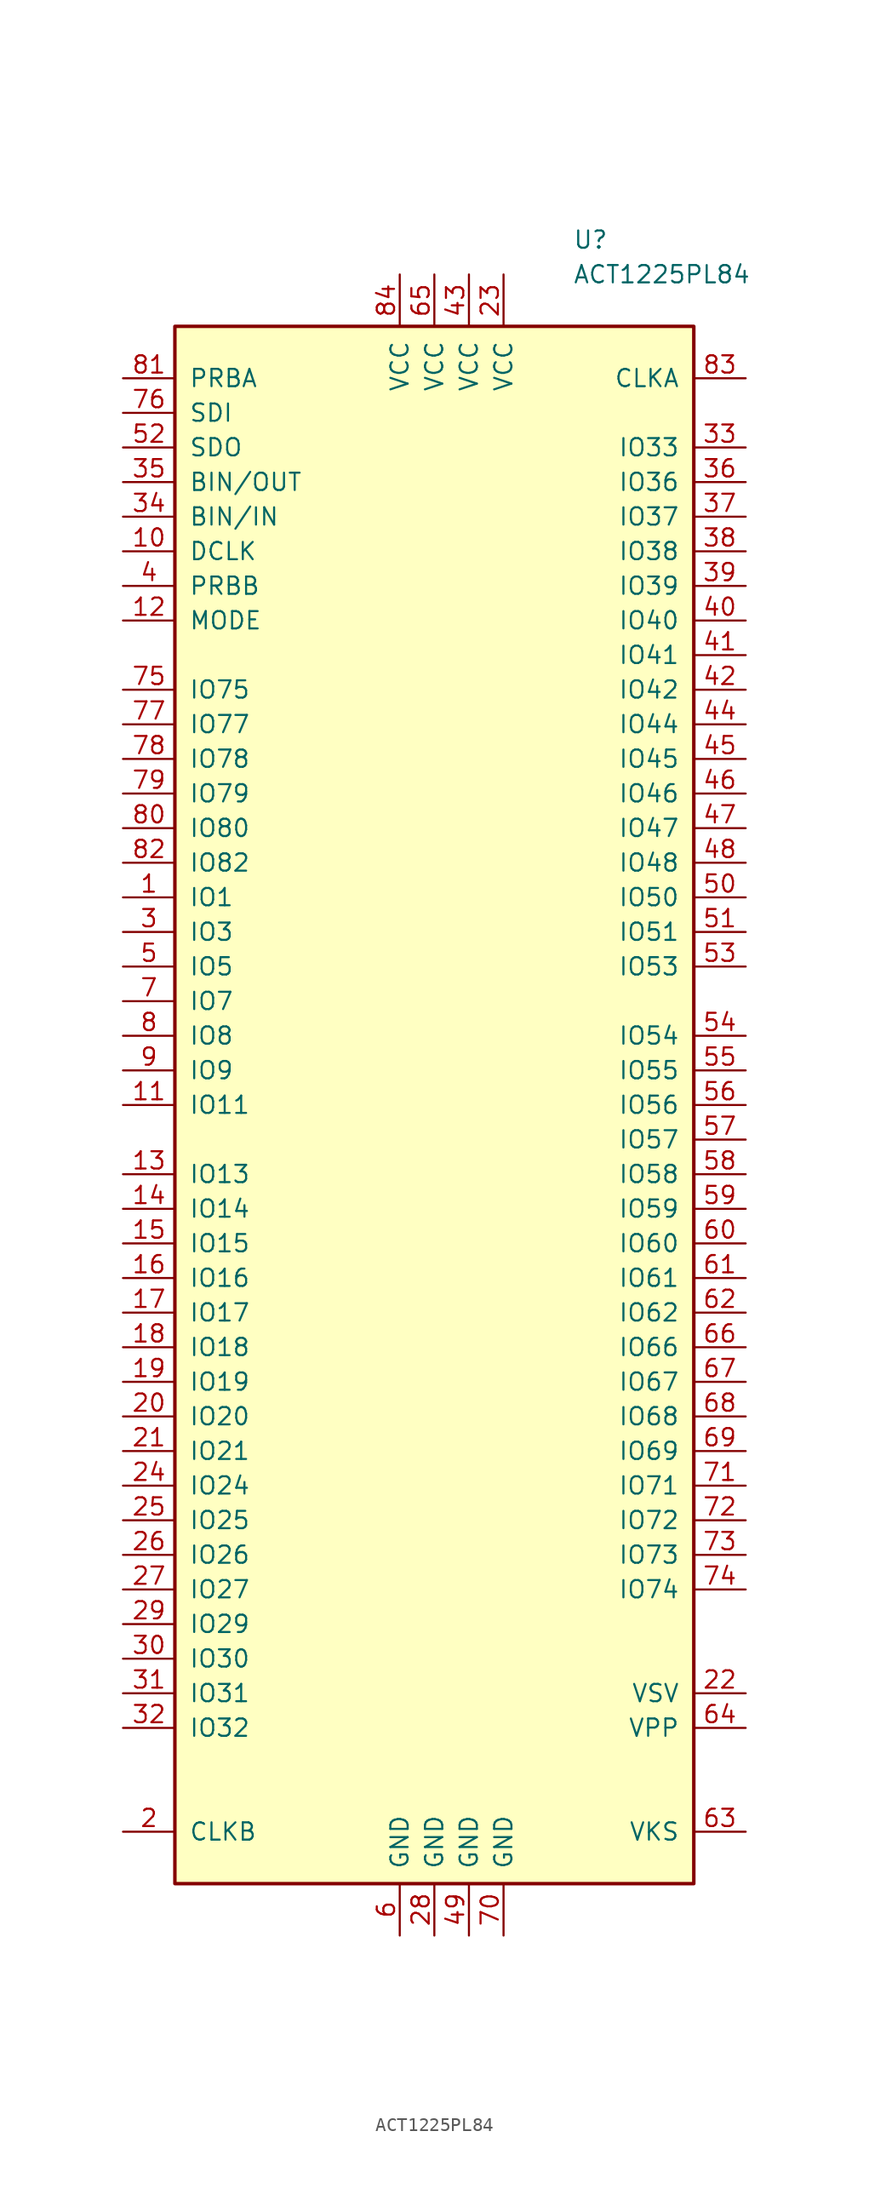
<source format=kicad_sym>
(kicad_symbol_lib
  (version 20211014)
  (generator kicad_symbol_editor)
  (symbol "ACT1225PL84"
    (pin_names
      (offset 1.016))
    (property "Reference" "U"
      (at 10.16 63.5 0)
      (effects (font (size 1.27 1.27)) (justify left)))
    (property "Value" "ACT1225PL84"
      (at 10.16 60.96 0)
      (effects (font (size 1.27 1.27)) (justify left)))
    (symbol "ACT1225PL84_0_1"
      (rectangle (start -19.05 -57.15) (end 19.05 57.15) (stroke (width 0.254) (type default) (color 0 0 0 0)) (fill (type background))))
    (symbol "ACT1225PL84_1_1"
      (pin input line (at -22.86 15.24 0) (length 3.81) (name "IO1" (effects (font (size 1.27 1.27)))) (number "1" (effects (font (size 1.27 1.27)))))
      (pin input line (at -22.86 40.64 0) (length 3.81) (name "DCLK" (effects (font (size 1.27 1.27)))) (number "10" (effects (font (size 1.27 1.27)))))
      (pin input line (at -22.86 0 0) (length 3.81) (name "IO11" (effects (font (size 1.27 1.27)))) (number "11" (effects (font (size 1.27 1.27)))))
      (pin input line (at -22.86 35.56 0) (length 3.81) (name "MODE" (effects (font (size 1.27 1.27)))) (number "12" (effects (font (size 1.27 1.27)))))
      (pin input line (at -22.86 -5.08 0) (length 3.81) (name "IO13" (effects (font (size 1.27 1.27)))) (number "13" (effects (font (size 1.27 1.27)))))
      (pin input line (at -22.86 -7.62 0) (length 3.81) (name "IO14" (effects (font (size 1.27 1.27)))) (number "14" (effects (font (size 1.27 1.27)))))
      (pin input line (at -22.86 -10.16 0) (length 3.81) (name "IO15" (effects (font (size 1.27 1.27)))) (number "15" (effects (font (size 1.27 1.27)))))
      (pin input line (at -22.86 -12.7 0) (length 3.81) (name "IO16" (effects (font (size 1.27 1.27)))) (number "16" (effects (font (size 1.27 1.27)))))
      (pin input line (at -22.86 -15.24 0) (length 3.81) (name "IO17" (effects (font (size 1.27 1.27)))) (number "17" (effects (font (size 1.27 1.27)))))
      (pin input line (at -22.86 -17.78 0) (length 3.81) (name "IO18" (effects (font (size 1.27 1.27)))) (number "18" (effects (font (size 1.27 1.27)))))
      (pin input line (at -22.86 -20.32 0) (length 3.81) (name "IO19" (effects (font (size 1.27 1.27)))) (number "19" (effects (font (size 1.27 1.27)))))
      (pin input line (at -22.86 -53.34 0) (length 3.81) (name "CLKB" (effects (font (size 1.27 1.27)))) (number "2" (effects (font (size 1.27 1.27)))))
      (pin input line (at -22.86 -22.86 0) (length 3.81) (name "IO20" (effects (font (size 1.27 1.27)))) (number "20" (effects (font (size 1.27 1.27)))))
      (pin input line (at -22.86 -25.4 0) (length 3.81) (name "IO21" (effects (font (size 1.27 1.27)))) (number "21" (effects (font (size 1.27 1.27)))))
      (pin passive line (at 22.86 -43.18 180) (length 3.81) (name "VSV" (effects (font (size 1.27 1.27)))) (number "22" (effects (font (size 1.27 1.27)))))
      (pin power_in line (at 5.08 60.96 270) (length 3.81) (name "VCC" (effects (font (size 1.27 1.27)))) (number "23" (effects (font (size 1.27 1.27)))))
      (pin input line (at -22.86 -27.94 0) (length 3.81) (name "IO24" (effects (font (size 1.27 1.27)))) (number "24" (effects (font (size 1.27 1.27)))))
      (pin input line (at -22.86 -30.48 0) (length 3.81) (name "IO25" (effects (font (size 1.27 1.27)))) (number "25" (effects (font (size 1.27 1.27)))))
      (pin input line (at -22.86 -33.02 0) (length 3.81) (name "IO26" (effects (font (size 1.27 1.27)))) (number "26" (effects (font (size 1.27 1.27)))))
      (pin input line (at -22.86 -35.56 0) (length 3.81) (name "IO27" (effects (font (size 1.27 1.27)))) (number "27" (effects (font (size 1.27 1.27)))))
      (pin power_in line (at 0 -60.96 90) (length 3.81) (name "GND" (effects (font (size 1.27 1.27)))) (number "28" (effects (font (size 1.27 1.27)))))
      (pin input line (at -22.86 -38.1 0) (length 3.81) (name "IO29" (effects (font (size 1.27 1.27)))) (number "29" (effects (font (size 1.27 1.27)))))
      (pin input line (at -22.86 12.7 0) (length 3.81) (name "IO3" (effects (font (size 1.27 1.27)))) (number "3" (effects (font (size 1.27 1.27)))))
      (pin input line (at -22.86 -40.64 0) (length 3.81) (name "IO30" (effects (font (size 1.27 1.27)))) (number "30" (effects (font (size 1.27 1.27)))))
      (pin input line (at -22.86 -43.18 0) (length 3.81) (name "IO31" (effects (font (size 1.27 1.27)))) (number "31" (effects (font (size 1.27 1.27)))))
      (pin input line (at -22.86 -45.72 0) (length 3.81) (name "IO32" (effects (font (size 1.27 1.27)))) (number "32" (effects (font (size 1.27 1.27)))))
      (pin input line (at 22.86 48.26 180) (length 3.81) (name "IO33" (effects (font (size 1.27 1.27)))) (number "33" (effects (font (size 1.27 1.27)))))
      (pin input line (at -22.86 43.18 0) (length 3.81) (name "BIN/IN" (effects (font (size 1.27 1.27)))) (number "34" (effects (font (size 1.27 1.27)))))
      (pin input line (at -22.86 45.72 0) (length 3.81) (name "BIN/OUT" (effects (font (size 1.27 1.27)))) (number "35" (effects (font (size 1.27 1.27)))))
      (pin input line (at 22.86 45.72 180) (length 3.81) (name "IO36" (effects (font (size 1.27 1.27)))) (number "36" (effects (font (size 1.27 1.27)))))
      (pin input line (at 22.86 43.18 180) (length 3.81) (name "IO37" (effects (font (size 1.27 1.27)))) (number "37" (effects (font (size 1.27 1.27)))))
      (pin input line (at 22.86 40.64 180) (length 3.81) (name "IO38" (effects (font (size 1.27 1.27)))) (number "38" (effects (font (size 1.27 1.27)))))
      (pin input line (at 22.86 38.1 180) (length 3.81) (name "IO39" (effects (font (size 1.27 1.27)))) (number "39" (effects (font (size 1.27 1.27)))))
      (pin input line (at -22.86 38.1 0) (length 3.81) (name "PRBB" (effects (font (size 1.27 1.27)))) (number "4" (effects (font (size 1.27 1.27)))))
      (pin input line (at 22.86 35.56 180) (length 3.81) (name "IO40" (effects (font (size 1.27 1.27)))) (number "40" (effects (font (size 1.27 1.27)))))
      (pin input line (at 22.86 33.02 180) (length 3.81) (name "IO41" (effects (font (size 1.27 1.27)))) (number "41" (effects (font (size 1.27 1.27)))))
      (pin input line (at 22.86 30.48 180) (length 3.81) (name "IO42" (effects (font (size 1.27 1.27)))) (number "42" (effects (font (size 1.27 1.27)))))
      (pin power_in line (at 2.54 60.96 270) (length 3.81) (name "VCC" (effects (font (size 1.27 1.27)))) (number "43" (effects (font (size 1.27 1.27)))))
      (pin input line (at 22.86 27.94 180) (length 3.81) (name "IO44" (effects (font (size 1.27 1.27)))) (number "44" (effects (font (size 1.27 1.27)))))
      (pin input line (at 22.86 25.4 180) (length 3.81) (name "IO45" (effects (font (size 1.27 1.27)))) (number "45" (effects (font (size 1.27 1.27)))))
      (pin input line (at 22.86 22.86 180) (length 3.81) (name "IO46" (effects (font (size 1.27 1.27)))) (number "46" (effects (font (size 1.27 1.27)))))
      (pin input line (at 22.86 20.32 180) (length 3.81) (name "IO47" (effects (font (size 1.27 1.27)))) (number "47" (effects (font (size 1.27 1.27)))))
      (pin input line (at 22.86 17.78 180) (length 3.81) (name "IO48" (effects (font (size 1.27 1.27)))) (number "48" (effects (font (size 1.27 1.27)))))
      (pin power_in line (at 2.54 -60.96 90) (length 3.81) (name "GND" (effects (font (size 1.27 1.27)))) (number "49" (effects (font (size 1.27 1.27)))))
      (pin input line (at -22.86 10.16 0) (length 3.81) (name "IO5" (effects (font (size 1.27 1.27)))) (number "5" (effects (font (size 1.27 1.27)))))
      (pin input line (at 22.86 15.24 180) (length 3.81) (name "IO50" (effects (font (size 1.27 1.27)))) (number "50" (effects (font (size 1.27 1.27)))))
      (pin input line (at 22.86 12.7 180) (length 3.81) (name "IO51" (effects (font (size 1.27 1.27)))) (number "51" (effects (font (size 1.27 1.27)))))
      (pin input line (at -22.86 48.26 0) (length 3.81) (name "SDO" (effects (font (size 1.27 1.27)))) (number "52" (effects (font (size 1.27 1.27)))))
      (pin input line (at 22.86 10.16 180) (length 3.81) (name "IO53" (effects (font (size 1.27 1.27)))) (number "53" (effects (font (size 1.27 1.27)))))
      (pin input line (at 22.86 5.08 180) (length 3.81) (name "IO54" (effects (font (size 1.27 1.27)))) (number "54" (effects (font (size 1.27 1.27)))))
      (pin input line (at 22.86 2.54 180) (length 3.81) (name "IO55" (effects (font (size 1.27 1.27)))) (number "55" (effects (font (size 1.27 1.27)))))
      (pin input line (at 22.86 0 180) (length 3.81) (name "IO56" (effects (font (size 1.27 1.27)))) (number "56" (effects (font (size 1.27 1.27)))))
      (pin input line (at 22.86 -2.54 180) (length 3.81) (name "IO57" (effects (font (size 1.27 1.27)))) (number "57" (effects (font (size 1.27 1.27)))))
      (pin input line (at 22.86 -5.08 180) (length 3.81) (name "IO58" (effects (font (size 1.27 1.27)))) (number "58" (effects (font (size 1.27 1.27)))))
      (pin input line (at 22.86 -7.62 180) (length 3.81) (name "IO59" (effects (font (size 1.27 1.27)))) (number "59" (effects (font (size 1.27 1.27)))))
      (pin power_in line (at -2.54 -60.96 90) (length 3.81) (name "GND" (effects (font (size 1.27 1.27)))) (number "6" (effects (font (size 1.27 1.27)))))
      (pin input line (at 22.86 -10.16 180) (length 3.81) (name "IO60" (effects (font (size 1.27 1.27)))) (number "60" (effects (font (size 1.27 1.27)))))
      (pin input line (at 22.86 -12.7 180) (length 3.81) (name "IO61" (effects (font (size 1.27 1.27)))) (number "61" (effects (font (size 1.27 1.27)))))
      (pin input line (at 22.86 -15.24 180) (length 3.81) (name "IO62" (effects (font (size 1.27 1.27)))) (number "62" (effects (font (size 1.27 1.27)))))
      (pin passive line (at 22.86 -53.34 180) (length 3.81) (name "VKS" (effects (font (size 1.27 1.27)))) (number "63" (effects (font (size 1.27 1.27)))))
      (pin passive line (at 22.86 -45.72 180) (length 3.81) (name "VPP" (effects (font (size 1.27 1.27)))) (number "64" (effects (font (size 1.27 1.27)))))
      (pin power_in line (at 0 60.96 270) (length 3.81) (name "VCC" (effects (font (size 1.27 1.27)))) (number "65" (effects (font (size 1.27 1.27)))))
      (pin input line (at 22.86 -17.78 180) (length 3.81) (name "IO66" (effects (font (size 1.27 1.27)))) (number "66" (effects (font (size 1.27 1.27)))))
      (pin input line (at 22.86 -20.32 180) (length 3.81) (name "IO67" (effects (font (size 1.27 1.27)))) (number "67" (effects (font (size 1.27 1.27)))))
      (pin input line (at 22.86 -22.86 180) (length 3.81) (name "IO68" (effects (font (size 1.27 1.27)))) (number "68" (effects (font (size 1.27 1.27)))))
      (pin input line (at 22.86 -25.4 180) (length 3.81) (name "IO69" (effects (font (size 1.27 1.27)))) (number "69" (effects (font (size 1.27 1.27)))))
      (pin input line (at -22.86 7.62 0) (length 3.81) (name "IO7" (effects (font (size 1.27 1.27)))) (number "7" (effects (font (size 1.27 1.27)))))
      (pin power_in line (at 5.08 -60.96 90) (length 3.81) (name "GND" (effects (font (size 1.27 1.27)))) (number "70" (effects (font (size 1.27 1.27)))))
      (pin input line (at 22.86 -27.94 180) (length 3.81) (name "IO71" (effects (font (size 1.27 1.27)))) (number "71" (effects (font (size 1.27 1.27)))))
      (pin input line (at 22.86 -30.48 180) (length 3.81) (name "IO72" (effects (font (size 1.27 1.27)))) (number "72" (effects (font (size 1.27 1.27)))))
      (pin input line (at 22.86 -33.02 180) (length 3.81) (name "IO73" (effects (font (size 1.27 1.27)))) (number "73" (effects (font (size 1.27 1.27)))))
      (pin input line (at 22.86 -35.56 180) (length 3.81) (name "IO74" (effects (font (size 1.27 1.27)))) (number "74" (effects (font (size 1.27 1.27)))))
      (pin input line (at -22.86 30.48 0) (length 3.81) (name "IO75" (effects (font (size 1.27 1.27)))) (number "75" (effects (font (size 1.27 1.27)))))
      (pin input line (at -22.86 50.8 0) (length 3.81) (name "SDI" (effects (font (size 1.27 1.27)))) (number "76" (effects (font (size 1.27 1.27)))))
      (pin input line (at -22.86 27.94 0) (length 3.81) (name "IO77" (effects (font (size 1.27 1.27)))) (number "77" (effects (font (size 1.27 1.27)))))
      (pin input line (at -22.86 25.4 0) (length 3.81) (name "IO78" (effects (font (size 1.27 1.27)))) (number "78" (effects (font (size 1.27 1.27)))))
      (pin input line (at -22.86 22.86 0) (length 3.81) (name "IO79" (effects (font (size 1.27 1.27)))) (number "79" (effects (font (size 1.27 1.27)))))
      (pin input line (at -22.86 5.08 0) (length 3.81) (name "IO8" (effects (font (size 1.27 1.27)))) (number "8" (effects (font (size 1.27 1.27)))))
      (pin input line (at -22.86 20.32 0) (length 3.81) (name "IO80" (effects (font (size 1.27 1.27)))) (number "80" (effects (font (size 1.27 1.27)))))
      (pin input line (at -22.86 53.34 0) (length 3.81) (name "PRBA" (effects (font (size 1.27 1.27)))) (number "81" (effects (font (size 1.27 1.27)))))
      (pin input line (at -22.86 17.78 0) (length 3.81) (name "IO82" (effects (font (size 1.27 1.27)))) (number "82" (effects (font (size 1.27 1.27)))))
      (pin input line (at 22.86 53.34 180) (length 3.81) (name "CLKA" (effects (font (size 1.27 1.27)))) (number "83" (effects (font (size 1.27 1.27)))))
      (pin power_in line (at -2.54 60.96 270) (length 3.81) (name "VCC" (effects (font (size 1.27 1.27)))) (number "84" (effects (font (size 1.27 1.27)))))
      (pin input line (at -22.86 2.54 0) (length 3.81) (name "IO9" (effects (font (size 1.27 1.27)))) (number "9" (effects (font (size 1.27 1.27))))))))
</source>
